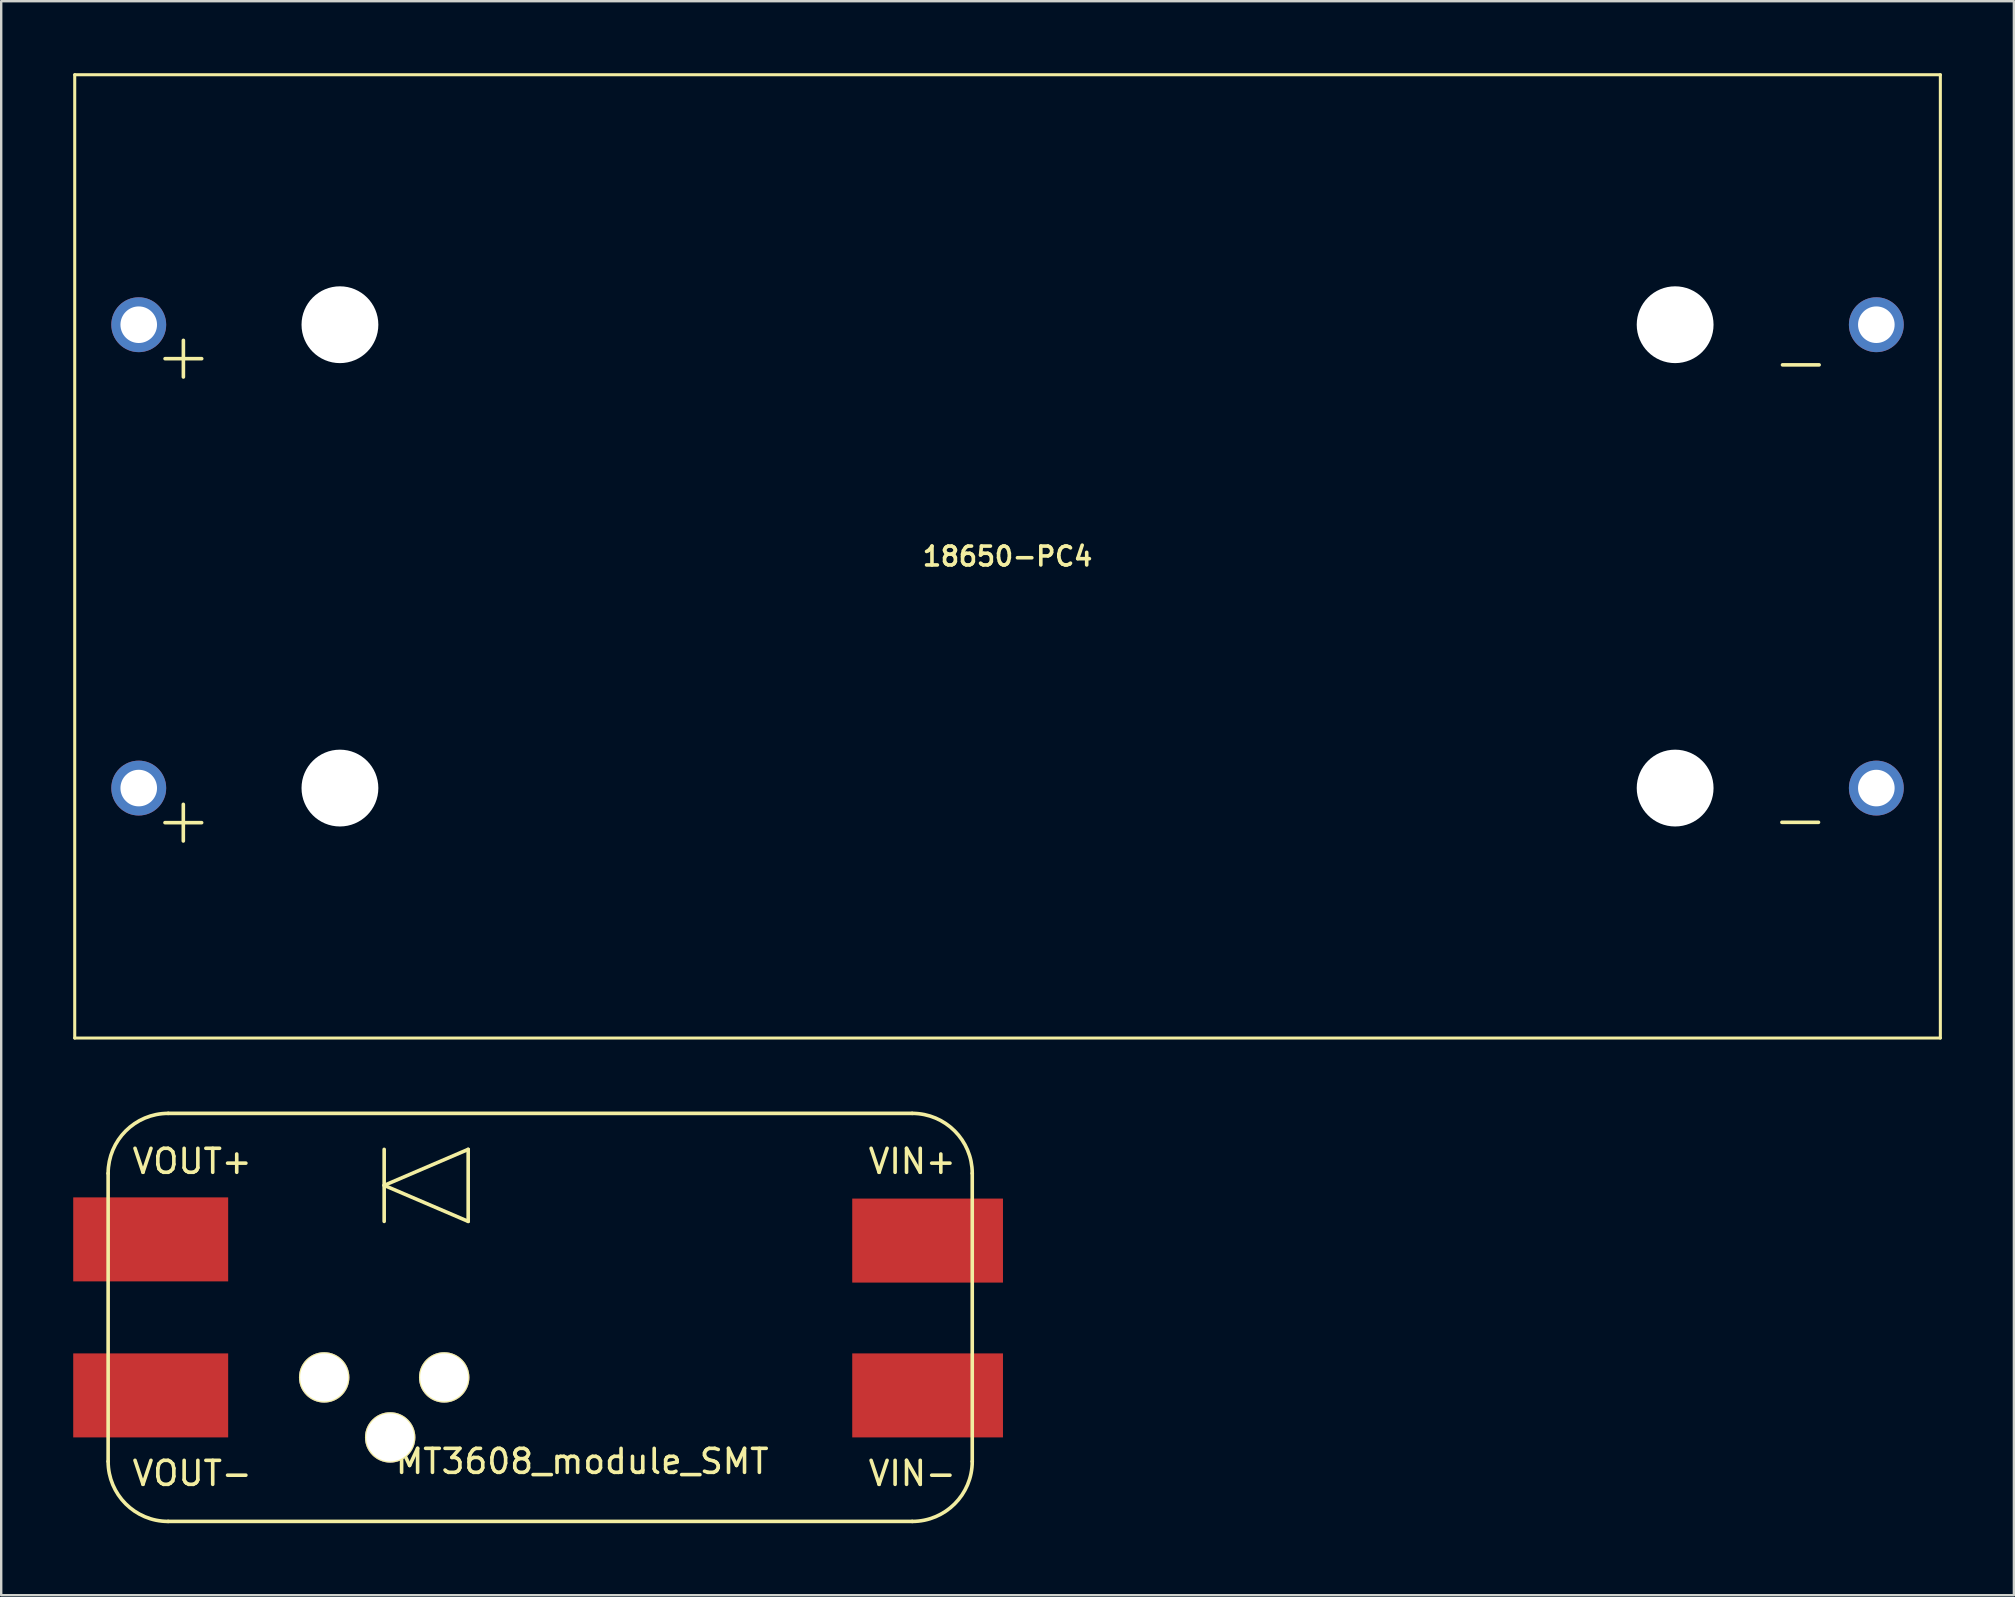
<source format=kicad_pcb>
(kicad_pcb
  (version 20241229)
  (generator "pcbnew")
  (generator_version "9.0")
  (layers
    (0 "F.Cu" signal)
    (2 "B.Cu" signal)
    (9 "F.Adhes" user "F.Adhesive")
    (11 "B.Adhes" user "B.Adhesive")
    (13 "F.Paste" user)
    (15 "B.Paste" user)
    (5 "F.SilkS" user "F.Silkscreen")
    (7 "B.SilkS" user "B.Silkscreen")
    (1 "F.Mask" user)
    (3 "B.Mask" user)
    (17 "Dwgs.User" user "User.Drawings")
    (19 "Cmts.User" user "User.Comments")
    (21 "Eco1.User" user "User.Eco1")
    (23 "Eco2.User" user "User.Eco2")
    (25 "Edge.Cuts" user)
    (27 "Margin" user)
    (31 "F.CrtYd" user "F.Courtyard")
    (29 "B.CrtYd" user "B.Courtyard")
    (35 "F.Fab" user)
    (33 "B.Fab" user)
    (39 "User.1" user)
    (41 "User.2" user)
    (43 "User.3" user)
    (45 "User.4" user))
  (footprint "MT3608_module_SMT"
    (layer "F.Cu")
    (at 20.955 51.834)
    (property "Reference" "MT3608_module_SMT" (at 0.25 6 180) (layer "F.SilkS") (effects (font (size 1 1) (thickness 0.15))))
    (attr through_hole)
    (fp_line (start -19.5 -6) (end -19.5 6) (stroke (width 0.15) (type solid)) (layer "F.SilkS"))
    (fp_line (start -17 8.5) (end 14 8.5) (stroke (width 0.15) (type solid)) (layer "F.SilkS"))
    (fp_line (start -8 -7) (end -8 -4) (stroke (width 0.15) (type solid)) (layer "F.SilkS"))
    (fp_line (start -8 -5.5) (end -4.5 -7) (stroke (width 0.15) (type solid)) (layer "F.SilkS"))
    (fp_line (start -4.5 -7) (end -4.5 -4) (stroke (width 0.15) (type solid)) (layer "F.SilkS"))
    (fp_line (start -4.5 -4) (end -8 -5.5) (stroke (width 0.15) (type solid)) (layer "F.SilkS"))
    (fp_line (start 14 -8.5) (end -17 -8.5) (stroke (width 0.15) (type solid)) (layer "F.SilkS"))
    (fp_line (start 16.5 6) (end 16.5 -6) (stroke (width 0.15) (type solid)) (layer "F.SilkS"))
    (fp_arc (start -19.5 -6) (mid -18.767767 -7.767767) (end -17 -8.5) (stroke (width 0.15) (type solid)) (layer "F.SilkS"))
    (fp_arc (start -17 8.5) (mid -18.767767 7.767767) (end -19.5 6) (stroke (width 0.15) (type solid)) (layer "F.SilkS"))
    (fp_arc (start 14 -8.5) (mid 15.767767 -7.767767) (end 16.5 -6) (stroke (width 0.15) (type solid)) (layer "F.SilkS"))
    (fp_arc (start 16.5 6) (mid 15.767767 7.767767) (end 14 8.5) (stroke (width 0.15) (type solid)) (layer "F.SilkS"))
    (fp_text user "VOUT-" (at -16 6.5 0) (layer "F.SilkS") (effects (font (size 1 1) (thickness 0.15))))
    (fp_text user "VIN-" (at 14 6.5 0) (layer "F.SilkS") (effects (font (size 1 1) (thickness 0.15))))
    (fp_text user "VIN+" (at 14 -6.5 0) (layer "F.SilkS") (effects (font (size 1 1) (thickness 0.15))))
    (fp_text user "VOUT+" (at -16 -6.5 0) (layer "F.SilkS") (effects (font (size 1 1) (thickness 0.15))))
    (pad "" thru_hole circle (at -10.5 2.5) (size 2.1 2.1) (drill 2) (layers "*.Cu" "*.Mask" "F.SilkS"))
    (pad "" thru_hole circle (at -7.75 5) (size 2.1 2.1) (drill 2) (layers "*.Cu" "*.Mask" "F.SilkS"))
    (pad "" thru_hole circle (at -5.5 2.5) (size 2.1 2.1) (drill 2) (layers "*.Cu" "*.Mask" "F.SilkS"))
    (pad "1" smd rect (at 14.64 -3.2 180) (size 6.28 3.5) (layers "F.Cu" "F.Mask" "F.Paste"))
    (pad "2" smd rect (at 14.64 3.25 180) (size 6.28 3.5) (layers "F.Cu" "F.Mask" "F.Paste"))
    (pad "3" smd rect (at -17.727 3.25 180) (size 6.455 3.5) (layers "F.Cu" "F.Mask" "F.Paste"))
    (pad "4" smd rect (at -17.727 -3.25 180) (size 6.455 3.5) (layers "F.Cu" "F.Mask" "F.Paste")))
  (footprint "18650-PC4"
    (layer "F.Cu")
    (at 38.925 20.13)
    (property "Reference" "18650-PC4" (at 0 0 0) (layer "F.SilkS") (effects (font (size 0.787 0.787) (thickness 0.15))))
    (attr through_hole)
    (fp_line (start -38.862 -20.066) (end -38.862 20.066) (stroke (width 0.127) (type solid)) (layer "F.SilkS"))
    (fp_line (start -38.862 -20.066) (end 38.862 -20.066) (stroke (width 0.127) (type solid)) (layer "F.SilkS"))
    (fp_line (start -38.862 20.066) (end 38.862 20.066) (stroke (width 0.127) (type solid)) (layer "F.SilkS"))
    (fp_line (start 38.862 -20.066) (end 38.862 20.066) (stroke (width 0.127) (type solid)) (layer "F.SilkS"))
    (fp_text user "+" (at -34.338 10.937 0) (layer "F.SilkS") (effects (font (size 2.003 2.003) (thickness 0.15))))
    (fp_text user "-" (at 33.023 10.923 0) (layer "F.SilkS") (effects (font (size 2 2) (thickness 0.15))))
    (fp_text user "-" (at 33.049 -8.135 0) (layer "F.SilkS") (effects (font (size 2.002 2.002) (thickness 0.15))))
    (fp_text user "+" (at -34.335 -8.393 0) (layer "F.SilkS") (effects (font (size 2.003 2.003) (thickness 0.15))))
    (pad "" np_thru_hole circle (at -27.813 -9.652) (size 3.2 3.2) (drill 3.2) (layers "*.Cu" "*.Mask"))
    (pad "" np_thru_hole circle (at -27.813 9.652) (size 3.2 3.2) (drill 3.2) (layers "*.Cu" "*.Mask"))
    (pad "" np_thru_hole circle (at 27.813 -9.652) (size 3.2 3.2) (drill 3.2) (layers "*.Cu" "*.Mask"))
    (pad "" np_thru_hole circle (at 27.813 9.652) (size 3.2 3.2) (drill 3.2) (layers "*.Cu" "*.Mask"))
    (pad "+1" thru_hole circle (at -36.195 -9.652) (size 2.286 2.286) (drill 1.524) (layers "*.Cu" "*.Mask"))
    (pad "+2" thru_hole circle (at -36.195 9.652) (size 2.286 2.286) (drill 1.524) (layers "*.Cu" "*.Mask"))
    (pad "-1" thru_hole circle (at 36.195 -9.652) (size 2.286 2.286) (drill 1.524) (layers "*.Cu" "*.Mask"))
    (pad "-2" thru_hole circle (at 36.195 9.652) (size 2.286 2.286) (drill 1.524) (layers "*.Cu" "*.Mask")))
  (gr_rect
    (start -3 -3)
    (end 80.851 63.409)
    (stroke (width 0.1) (type default))
    (fill no)
    (layer "Edge.Cuts")))
</source>
